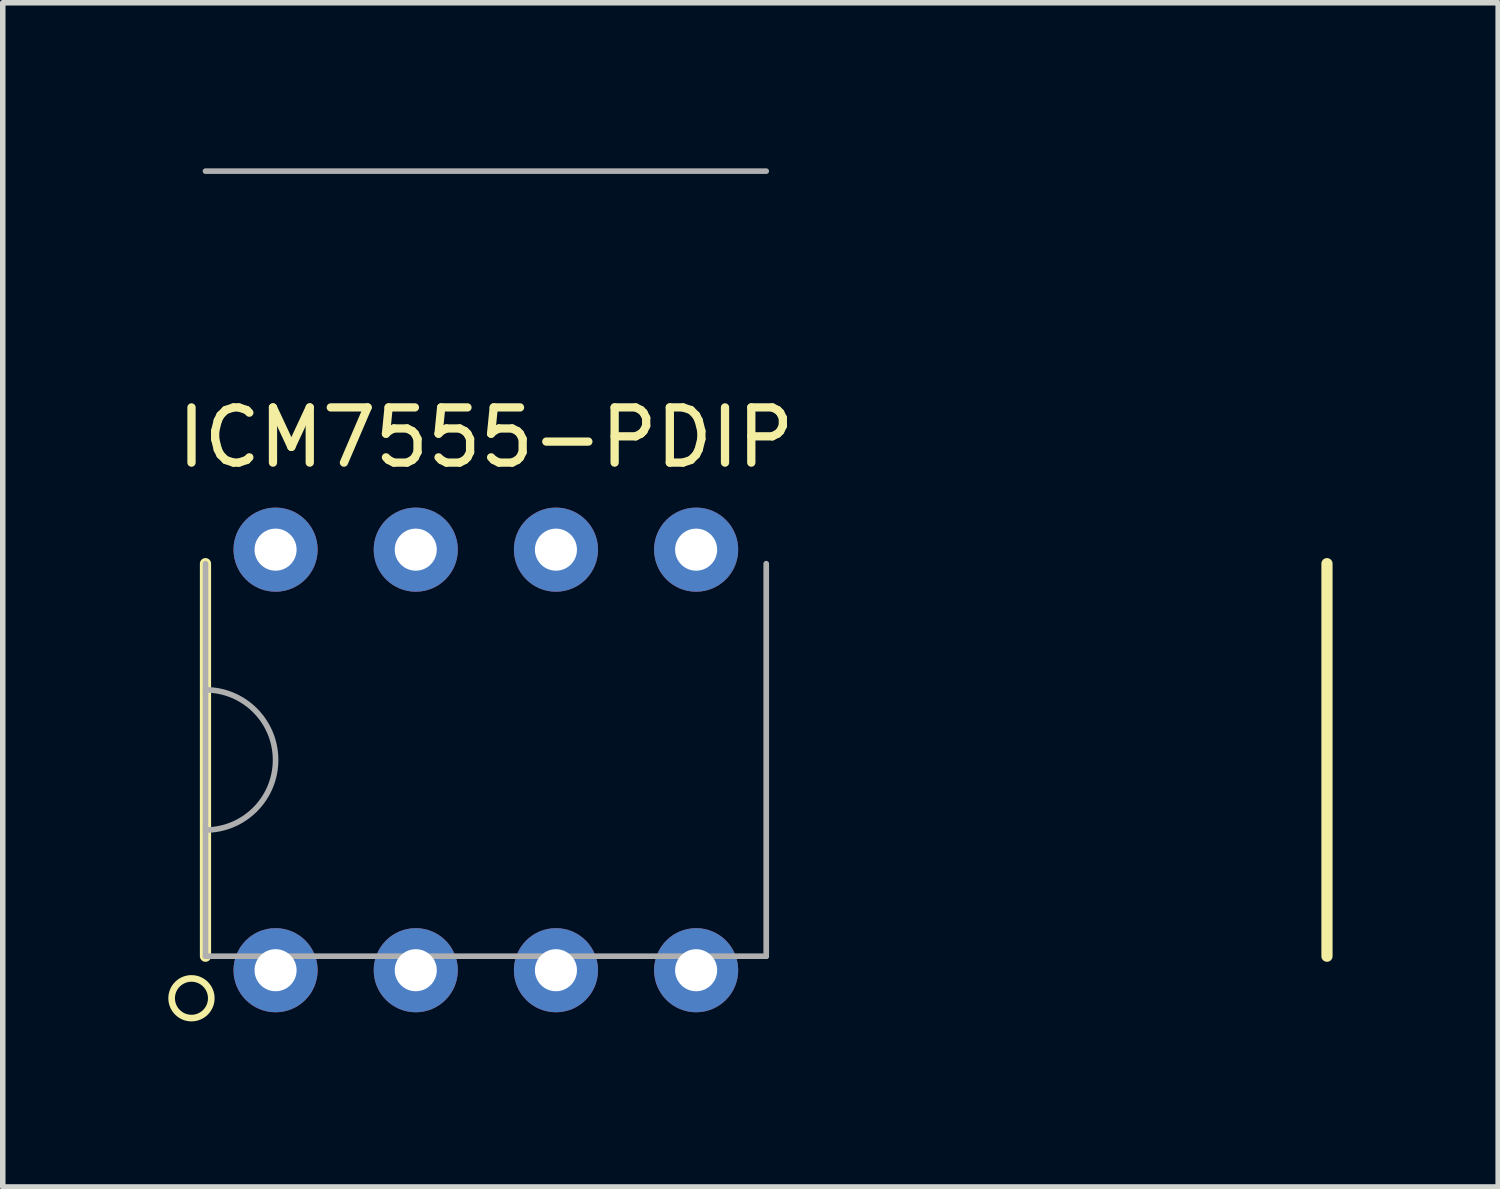
<source format=kicad_pcb>
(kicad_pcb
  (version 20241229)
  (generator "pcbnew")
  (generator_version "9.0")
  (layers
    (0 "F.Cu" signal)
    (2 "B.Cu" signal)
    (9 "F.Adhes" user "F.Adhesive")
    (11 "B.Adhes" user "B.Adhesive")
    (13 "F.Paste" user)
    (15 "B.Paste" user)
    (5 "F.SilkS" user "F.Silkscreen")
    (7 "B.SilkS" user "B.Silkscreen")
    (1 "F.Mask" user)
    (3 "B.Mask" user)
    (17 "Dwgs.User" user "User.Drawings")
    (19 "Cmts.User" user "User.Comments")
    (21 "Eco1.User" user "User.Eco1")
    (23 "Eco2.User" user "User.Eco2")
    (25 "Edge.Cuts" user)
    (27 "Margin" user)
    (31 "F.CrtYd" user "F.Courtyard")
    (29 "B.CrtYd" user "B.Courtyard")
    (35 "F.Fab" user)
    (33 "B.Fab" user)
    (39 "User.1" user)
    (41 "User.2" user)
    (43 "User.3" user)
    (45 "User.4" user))
  (footprint "ICM7555-PDIP"
    (layer "F.Cu")
    (at 5.753 10.719)
    (property "Reference" "ICM7555-PDIP" (at 0 -5.842 0) (layer "F.SilkS") (effects (font (size 1 1) (thickness 0.15))))
    (attr through_hole)
    (fp_line (start -5.08 3.556) (end -5.08 -3.556) (stroke (width 0.203) (type solid)) (layer "F.SilkS"))
    (fp_line (start 15.24 3.556) (end 15.24 -3.556) (stroke (width 0.203) (type solid)) (layer "F.SilkS"))
    (fp_circle (center -5.334 4.318) (end -5.08 4.572) (stroke (width 0.12) (type solid)) (fill no) (layer "F.SilkS"))
    (fp_line (start -5.08 3.556) (end -5.08 -3.556) (stroke (width 0.102) (type solid)) (layer "F.Fab"))
    (fp_line (start 5.08 -10.668) (end -5.08 -10.668) (stroke (width 0.102) (type solid)) (layer "F.Fab"))
    (fp_line (start 5.08 3.556) (end -5.08 3.556) (stroke (width 0.102) (type solid)) (layer "F.Fab"))
    (fp_line (start 5.08 3.556) (end 5.08 -3.556) (stroke (width 0.102) (type solid)) (layer "F.Fab"))
    (fp_arc (start -5.08 -1.27) (mid -3.81 0) (end -5.08 1.27) (stroke (width 0.1016) (type solid)) (layer "F.Fab"))
    (pad "1" thru_hole circle (at -3.81 3.81) (size 1.524 1.524) (drill 0.762) (layers "*.Cu" "*.Mask"))
    (pad "2" thru_hole circle (at -1.27 3.81) (size 1.524 1.524) (drill 0.762) (layers "*.Cu" "*.Mask"))
    (pad "3" thru_hole circle (at 1.27 3.81) (size 1.524 1.524) (drill 0.762) (layers "*.Cu" "*.Mask"))
    (pad "4" thru_hole circle (at 3.81 3.81) (size 1.524 1.524) (drill 0.762) (layers "*.Cu" "*.Mask"))
    (pad "5" thru_hole circle (at 3.81 -3.81) (size 1.524 1.524) (drill 0.762) (layers "*.Cu" "*.Mask"))
    (pad "6" thru_hole circle (at 1.27 -3.81) (size 1.524 1.524) (drill 0.762) (layers "*.Cu" "*.Mask"))
    (pad "7" thru_hole circle (at -1.27 -3.81) (size 1.524 1.524) (drill 0.762) (layers "*.Cu" "*.Mask"))
    (pad "8" thru_hole circle (at -3.81 -3.81) (size 1.524 1.524) (drill 0.762) (layers "*.Cu" "*.Mask")))
  (gr_rect
    (start -3 -3)
    (end 24.095 18.456)
    (stroke (width 0.1) (type default))
    (fill no)
    (layer "Edge.Cuts")))
</source>
